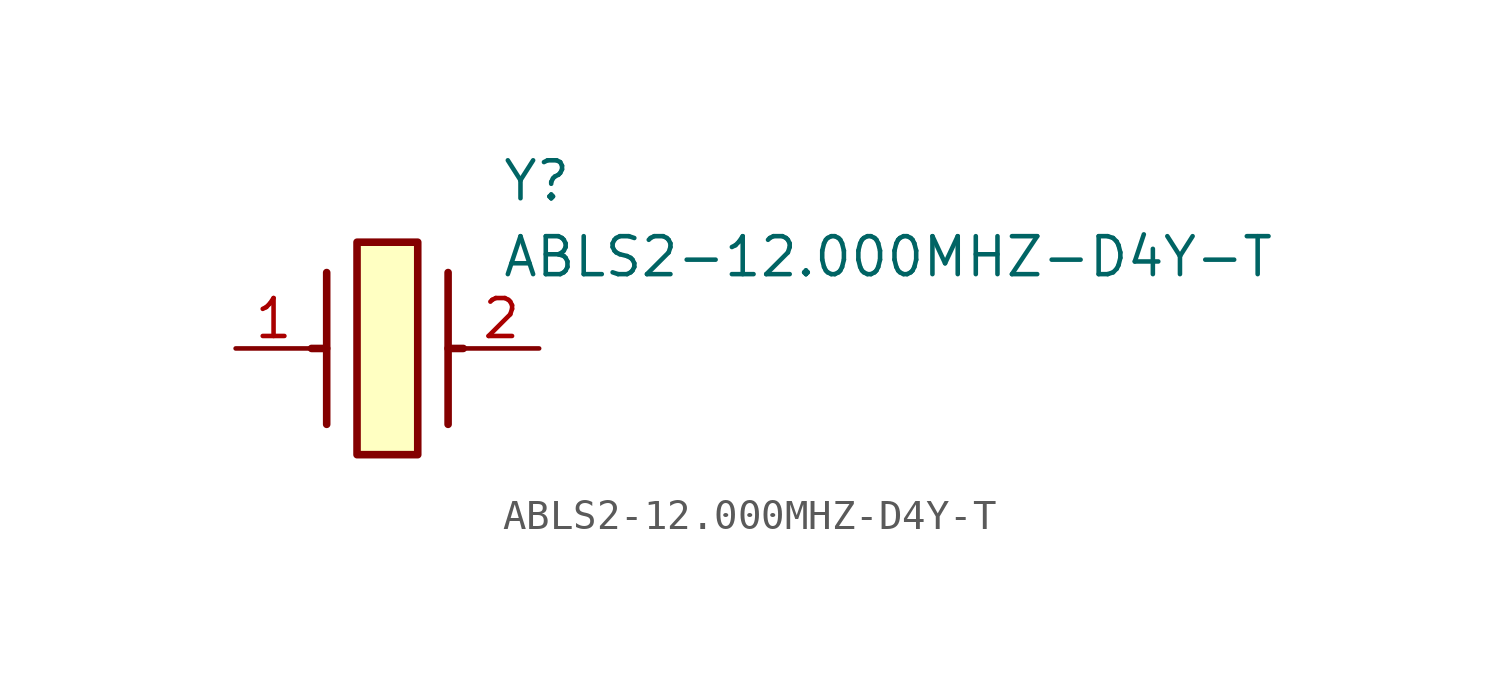
<source format=kicad_sym>
(kicad_symbol_lib
  (version 20211014)
  (generator SamacSys_ECAD_Model)
  (symbol "ABLS2-12.000MHZ-D4Y-T"
    (pin_names hide)
    (property "Reference" "Y"
      (at 8.89 6.35 0)
      (effects (font (size 1.27 1.27)) (justify left top)))
    (property "Value" "ABLS2-12.000MHZ-D4Y-T"
      (at 8.89 3.81 0)
      (effects (font (size 1.27 1.27)) (justify left top)))
    (rectangle
      (start 4.064 3.556)
      (end 6.096 -3.556)
      (stroke (width 0.254) (type default))
      (fill (type background)))
    (polyline
      (pts (xy 3.048 2.54) (xy 3.048 -2.54))
      (stroke (width 0.254) (type default))
      (fill (type none)))
    (polyline
      (pts (xy 7.112 2.54) (xy 7.112 -2.54))
      (stroke (width 0.254) (type default))
      (fill (type none)))
    (polyline
      (pts (xy 7.112 0) (xy 7.62 0))
      (stroke (width 0.254) (type default))
      (fill (type none)))
    (polyline
      (pts (xy 3.048 0) (xy 2.54 0))
      (stroke (width 0.254) (type default))
      (fill (type none)))
    (pin passive line
      (at 0 0 0)
      (length 2.54)
      (name "1" (effects (font (size 1.27 1.27))))
      (number "1" (effects (font (size 1.27 1.27)))))
    (pin passive line
      (at 10.16 0 180)
      (length 2.54)
      (name "2" (effects (font (size 1.27 1.27))))
      (number "2" (effects (font (size 1.27 1.27)))))))
</source>
